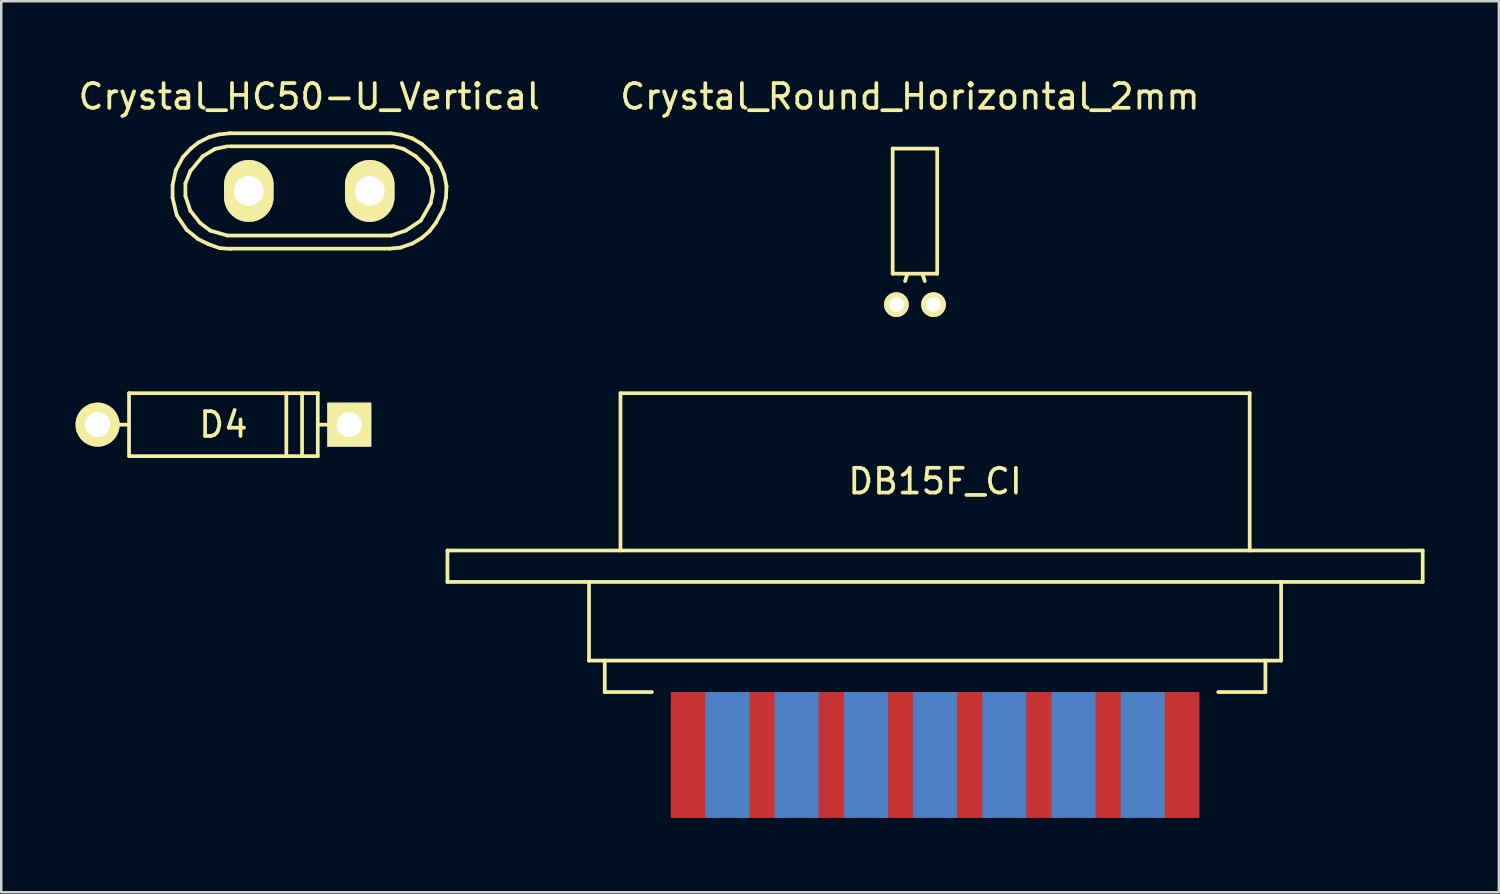
<source format=kicad_pcb>
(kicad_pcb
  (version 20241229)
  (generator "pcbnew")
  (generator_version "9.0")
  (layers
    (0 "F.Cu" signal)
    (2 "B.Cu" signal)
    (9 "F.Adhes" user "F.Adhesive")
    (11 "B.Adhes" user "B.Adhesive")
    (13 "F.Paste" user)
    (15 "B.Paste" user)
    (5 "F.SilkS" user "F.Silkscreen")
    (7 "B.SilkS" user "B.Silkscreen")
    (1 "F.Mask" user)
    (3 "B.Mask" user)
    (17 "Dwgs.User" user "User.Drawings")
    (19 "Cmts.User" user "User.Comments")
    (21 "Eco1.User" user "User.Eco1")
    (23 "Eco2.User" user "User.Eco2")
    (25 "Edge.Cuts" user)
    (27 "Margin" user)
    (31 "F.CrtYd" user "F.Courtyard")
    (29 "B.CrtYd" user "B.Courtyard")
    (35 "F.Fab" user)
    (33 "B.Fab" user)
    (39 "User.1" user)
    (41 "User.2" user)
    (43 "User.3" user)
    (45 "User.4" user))
  (footprint "Crystal_Round_Horizontal_2mm"
    (layer "F.Cu")
    (at 33.885 9.248)
    (property "Reference" "Crystal_Round_Horizontal_2mm" (at -0.201 -8.4 0) (layer "F.SilkS") (effects (font (size 1 1) (thickness 0.15))))
    (attr through_hole)
    (fp_line (start -0.899 -6.299) (end -0.899 -1.25) (stroke (width 0.15) (type solid)) (layer "F.SilkS"))
    (fp_line (start -0.3 -1.25) (end -0.399 -0.95) (stroke (width 0.15) (type solid)) (layer "F.SilkS"))
    (fp_line (start 0.3 -1.25) (end 0.399 -0.95) (stroke (width 0.15) (type solid)) (layer "F.SilkS"))
    (fp_line (start 0.899 -6.299) (end -0.899 -6.299) (stroke (width 0.15) (type solid)) (layer "F.SilkS"))
    (fp_line (start 0.899 -1.25) (end -0.899 -1.25) (stroke (width 0.15) (type solid)) (layer "F.SilkS"))
    (fp_line (start 0.899 -1.25) (end 0.899 -6.299) (stroke (width 0.15) (type solid)) (layer "F.SilkS"))
    (pad "1" thru_hole circle (at -0.749 0) (size 1.001 1.001) (drill 0.599) (layers "*.Cu" "*.Mask" "F.SilkS"))
    (pad "2" thru_hole circle (at 0.749 0) (size 1.001 1.001) (drill 0.599) (layers "*.Cu" "*.Mask" "F.SilkS")))
  (footprint "Crystal_HC50-U_Vertical"
    (layer "F.Cu")
    (at 9.435 4.658)
    (property "Reference" "Crystal_HC50-U_Vertical" (at 0 -3.81 0) (layer "F.SilkS") (effects (font (size 1 1) (thickness 0.15))))
    (attr through_hole)
    (fp_line (start -5.519 -0.231) (end -5.519 0.279) (stroke (width 0.15) (type solid)) (layer "F.SilkS"))
    (fp_line (start -5.519 0.279) (end -5.349 0.98) (stroke (width 0.15) (type solid)) (layer "F.SilkS"))
    (fp_line (start -5.39 -0.831) (end -5.519 -0.231) (stroke (width 0.15) (type solid)) (layer "F.SilkS"))
    (fp_line (start -5.349 0.98) (end -4.95 1.57) (stroke (width 0.15) (type solid)) (layer "F.SilkS"))
    (fp_line (start -5.1 -1.369) (end -5.39 -0.831) (stroke (width 0.15) (type solid)) (layer "F.SilkS"))
    (fp_line (start -5.001 -0.3) (end -4.801 -0.8) (stroke (width 0.15) (type solid)) (layer "F.SilkS"))
    (fp_line (start -5.001 0.201) (end -5.001 -0.3) (stroke (width 0.15) (type solid)) (layer "F.SilkS"))
    (fp_line (start -4.95 1.57) (end -4.491 1.941) (stroke (width 0.15) (type solid)) (layer "F.SilkS"))
    (fp_line (start -4.801 -0.8) (end -4.3 -1.4) (stroke (width 0.15) (type solid)) (layer "F.SilkS"))
    (fp_line (start -4.801 0.8) (end -5.001 0.201) (stroke (width 0.15) (type solid)) (layer "F.SilkS"))
    (fp_line (start -4.77 -1.72) (end -5.1 -1.369) (stroke (width 0.15) (type solid)) (layer "F.SilkS"))
    (fp_line (start -4.491 1.941) (end -4.069 2.149) (stroke (width 0.15) (type solid)) (layer "F.SilkS"))
    (fp_line (start -4.481 -1.951) (end -4.77 -1.72) (stroke (width 0.15) (type solid)) (layer "F.SilkS"))
    (fp_line (start -4.399 1.3) (end -4.801 0.8) (stroke (width 0.15) (type solid)) (layer "F.SilkS"))
    (fp_line (start -4.3 -1.4) (end -3.8 -1.699) (stroke (width 0.15) (type solid)) (layer "F.SilkS"))
    (fp_line (start -4.069 2.149) (end -3.619 2.309) (stroke (width 0.15) (type solid)) (layer "F.SilkS"))
    (fp_line (start -4.049 -2.169) (end -4.481 -1.951) (stroke (width 0.15) (type solid)) (layer "F.SilkS"))
    (fp_line (start -4 1.6) (end -4.399 1.3) (stroke (width 0.15) (type solid)) (layer "F.SilkS"))
    (fp_line (start -3.8 -1.699) (end -3.299 -1.801) (stroke (width 0.15) (type solid)) (layer "F.SilkS"))
    (fp_line (start -3.65 -2.281) (end -4.049 -2.169) (stroke (width 0.15) (type solid)) (layer "F.SilkS"))
    (fp_line (start -3.619 2.309) (end -3.18 2.339) (stroke (width 0.15) (type solid)) (layer "F.SilkS"))
    (fp_line (start -3.299 1.801) (end -4 1.6) (stroke (width 0.15) (type solid)) (layer "F.SilkS"))
    (fp_line (start -3.2 -2.329) (end 3.251 -2.329) (stroke (width 0.15) (type solid)) (layer "F.SilkS"))
    (fp_line (start -3.2 -1.801) (end 3.401 -1.801) (stroke (width 0.15) (type solid)) (layer "F.SilkS"))
    (fp_line (start -3.2 2.329) (end 3.251 2.329) (stroke (width 0.15) (type solid)) (layer "F.SilkS"))
    (fp_line (start -3.19 -2.329) (end -3.65 -2.281) (stroke (width 0.15) (type solid)) (layer "F.SilkS"))
    (fp_line (start 3.251 2.329) (end 3.67 2.291) (stroke (width 0.15) (type solid)) (layer "F.SilkS"))
    (fp_line (start 3.299 1.801) (end -3.299 1.801) (stroke (width 0.15) (type solid)) (layer "F.SilkS"))
    (fp_line (start 3.401 -1.801) (end 3.8 -1.699) (stroke (width 0.15) (type solid)) (layer "F.SilkS"))
    (fp_line (start 3.67 2.291) (end 4.161 2.121) (stroke (width 0.15) (type solid)) (layer "F.SilkS"))
    (fp_line (start 3.731 -2.261) (end 3.289 -2.329) (stroke (width 0.15) (type solid)) (layer "F.SilkS"))
    (fp_line (start 3.8 -1.699) (end 4.3 -1.4) (stroke (width 0.15) (type solid)) (layer "F.SilkS"))
    (fp_line (start 3.899 1.6) (end 3.299 1.801) (stroke (width 0.15) (type solid)) (layer "F.SilkS"))
    (fp_line (start 4.161 -2.121) (end 3.731 -2.261) (stroke (width 0.15) (type solid)) (layer "F.SilkS"))
    (fp_line (start 4.161 2.121) (end 4.539 1.9) (stroke (width 0.15) (type solid)) (layer "F.SilkS"))
    (fp_line (start 4.3 -1.4) (end 4.801 -0.899) (stroke (width 0.15) (type solid)) (layer "F.SilkS"))
    (fp_line (start 4.501 1.199) (end 3.899 1.6) (stroke (width 0.15) (type solid)) (layer "F.SilkS"))
    (fp_line (start 4.539 1.9) (end 4.859 1.621) (stroke (width 0.15) (type solid)) (layer "F.SilkS"))
    (fp_line (start 4.549 -1.89) (end 4.161 -2.121) (stroke (width 0.15) (type solid)) (layer "F.SilkS"))
    (fp_line (start 4.699 -1.001) (end 4.9 -0.599) (stroke (width 0.15) (type solid)) (layer "F.SilkS"))
    (fp_line (start 4.859 1.621) (end 5.11 1.29) (stroke (width 0.15) (type solid)) (layer "F.SilkS"))
    (fp_line (start 4.9 -1.57) (end 4.549 -1.89) (stroke (width 0.15) (type solid)) (layer "F.SilkS"))
    (fp_line (start 4.9 -0.599) (end 5.001 0) (stroke (width 0.15) (type solid)) (layer "F.SilkS"))
    (fp_line (start 4.9 0.5) (end 4.501 1.199) (stroke (width 0.15) (type solid)) (layer "F.SilkS"))
    (fp_line (start 5.001 0) (end 4.9 0.5) (stroke (width 0.15) (type solid)) (layer "F.SilkS"))
    (fp_line (start 5.11 1.29) (end 5.41 0.739) (stroke (width 0.15) (type solid)) (layer "F.SilkS"))
    (fp_line (start 5.26 -1.1) (end 4.9 -1.57) (stroke (width 0.15) (type solid)) (layer "F.SilkS"))
    (fp_line (start 5.41 0.739) (end 5.519 0.269) (stroke (width 0.15) (type solid)) (layer "F.SilkS"))
    (fp_line (start 5.451 -0.65) (end 5.26 -1.1) (stroke (width 0.15) (type solid)) (layer "F.SilkS"))
    (fp_line (start 5.519 0.269) (end 5.54 -0.191) (stroke (width 0.15) (type solid)) (layer "F.SilkS"))
    (fp_line (start 5.54 -0.191) (end 5.451 -0.65) (stroke (width 0.15) (type solid)) (layer "F.SilkS"))
    (pad "1" thru_hole oval (at -2.441 0) (size 1.999 2.499) (drill 1.199) (layers "*.Cu" "*.Mask" "F.SilkS"))
    (pad "2" thru_hole oval (at 2.441 0) (size 1.999 2.499) (drill 1.199) (layers "*.Cu" "*.Mask" "F.SilkS")))
  (footprint "DB15F_CI"
    (layer "F.Cu")
    (at 34.698 24.761)
    (property "Reference" "DB15F_CI" (at 0 -8.382 0) (layer "F.SilkS") (effects (font (size 1 1) (thickness 0.15))))
    (attr through_hole)
    (fp_line (start -19.685 -5.588) (end 19.685 -5.588) (stroke (width 0.15) (type solid)) (layer "F.SilkS"))
    (fp_line (start -19.685 -4.318) (end -19.685 -5.588) (stroke (width 0.15) (type solid)) (layer "F.SilkS"))
    (fp_line (start -13.97 -4.318) (end -19.685 -4.318) (stroke (width 0.15) (type solid)) (layer "F.SilkS"))
    (fp_line (start -13.97 -4.318) (end 13.97 -4.318) (stroke (width 0.15) (type solid)) (layer "F.SilkS"))
    (fp_line (start -13.97 -1.143) (end -13.97 -4.318) (stroke (width 0.15) (type solid)) (layer "F.SilkS"))
    (fp_line (start -13.335 -1.143) (end -13.97 -1.143) (stroke (width 0.15) (type solid)) (layer "F.SilkS"))
    (fp_line (start -13.335 -1.143) (end 13.335 -1.143) (stroke (width 0.15) (type solid)) (layer "F.SilkS"))
    (fp_line (start -13.335 0.127) (end -13.335 -1.143) (stroke (width 0.15) (type solid)) (layer "F.SilkS"))
    (fp_line (start -12.7 -11.938) (end 12.7 -11.938) (stroke (width 0.15) (type solid)) (layer "F.SilkS"))
    (fp_line (start -12.7 -5.588) (end -12.7 -11.938) (stroke (width 0.15) (type solid)) (layer "F.SilkS"))
    (fp_line (start -11.43 0.127) (end -13.335 0.127) (stroke (width 0.15) (type solid)) (layer "F.SilkS"))
    (fp_line (start 12.7 -11.938) (end 12.7 -5.588) (stroke (width 0.15) (type solid)) (layer "F.SilkS"))
    (fp_line (start 13.335 -1.143) (end 13.335 0.127) (stroke (width 0.15) (type solid)) (layer "F.SilkS"))
    (fp_line (start 13.335 0.127) (end 11.43 0.127) (stroke (width 0.15) (type solid)) (layer "F.SilkS"))
    (fp_line (start 13.97 -4.318) (end 13.97 -1.143) (stroke (width 0.15) (type solid)) (layer "F.SilkS"))
    (fp_line (start 13.97 -1.143) (end 13.335 -1.143) (stroke (width 0.15) (type solid)) (layer "F.SilkS"))
    (fp_line (start 19.685 -5.588) (end 19.685 -4.318) (stroke (width 0.15) (type solid)) (layer "F.SilkS"))
    (fp_line (start 19.685 -4.318) (end 13.97 -4.318) (stroke (width 0.15) (type solid)) (layer "F.SilkS"))
    (pad "1" connect rect (at -9.779 2.667) (size 1.778 5.08) (layers "F.Cu" "F.Mask"))
    (pad "2" connect rect (at -6.985 2.667) (size 1.778 5.08) (layers "F.Cu" "F.Mask"))
    (pad "3" connect rect (at -4.191 2.667) (size 1.778 5.08) (layers "F.Cu" "F.Mask"))
    (pad "4" connect rect (at -1.397 2.667) (size 1.778 5.08) (layers "F.Cu" "F.Mask"))
    (pad "5" connect rect (at 1.397 2.667) (size 1.778 5.08) (layers "F.Cu" "F.Mask"))
    (pad "6" connect rect (at 4.191 2.667) (size 1.778 5.08) (layers "F.Cu" "F.Mask"))
    (pad "7" connect rect (at 6.985 2.667) (size 1.778 5.08) (layers "F.Cu" "F.Mask"))
    (pad "8" connect rect (at 9.779 2.667) (size 1.778 5.08) (layers "F.Cu" "F.Mask"))
    (pad "9" connect rect (at -8.382 2.667) (size 1.778 5.08) (layers "B.Cu" "B.Mask"))
    (pad "10" connect rect (at -5.588 2.667) (size 1.778 5.08) (layers "B.Cu" "B.Mask"))
    (pad "11" connect rect (at -2.794 2.667) (size 1.778 5.08) (layers "B.Cu" "B.Mask"))
    (pad "12" connect rect (at 0 2.667) (size 1.778 5.08) (layers "B.Cu" "B.Mask"))
    (pad "13" connect rect (at 2.794 2.667) (size 1.778 5.08) (layers "B.Cu" "B.Mask"))
    (pad "14" connect rect (at 5.588 2.667) (size 1.778 5.08) (layers "B.Cu" "B.Mask"))
    (pad "15" connect rect (at 8.382 2.667) (size 1.778 5.08) (layers "B.Cu" "B.Mask")))
  (footprint "D4"
    (layer "F.Cu")
    (at 5.969 14.093)
    (property "Reference" "D4" (at 0 0 0) (layer "F.SilkS") (effects (font (size 1 1) (thickness 0.15))))
    (attr through_hole)
    (fp_line (start -3.81 -1.27) (end 3.81 -1.27) (stroke (width 0.15) (type solid)) (layer "F.SilkS"))
    (fp_line (start -3.81 0) (end -5.08 0) (stroke (width 0.15) (type solid)) (layer "F.SilkS"))
    (fp_line (start -3.81 1.27) (end -3.81 -1.27) (stroke (width 0.15) (type solid)) (layer "F.SilkS"))
    (fp_line (start 2.54 1.27) (end 2.54 -1.27) (stroke (width 0.15) (type solid)) (layer "F.SilkS"))
    (fp_line (start 3.175 -1.27) (end 3.175 1.27) (stroke (width 0.15) (type solid)) (layer "F.SilkS"))
    (fp_line (start 3.81 -1.27) (end 3.81 1.27) (stroke (width 0.15) (type solid)) (layer "F.SilkS"))
    (fp_line (start 3.81 0) (end 5.08 0) (stroke (width 0.15) (type solid)) (layer "F.SilkS"))
    (fp_line (start 3.81 1.27) (end -3.81 1.27) (stroke (width 0.15) (type solid)) (layer "F.SilkS"))
    (pad "1" thru_hole rect (at 5.08 0) (size 1.778 1.778) (drill 1.016) (layers "*.Cu" "*.Mask" "F.SilkS"))
    (pad "2" thru_hole circle (at -5.08 0) (size 1.778 1.778) (drill 1.016) (layers "*.Cu" "*.Mask" "F.SilkS")))
  (gr_rect
    (start -3 -3)
    (end 57.458 32.968)
    (stroke (width 0.1) (type default))
    (fill no)
    (layer "Edge.Cuts")))
</source>
